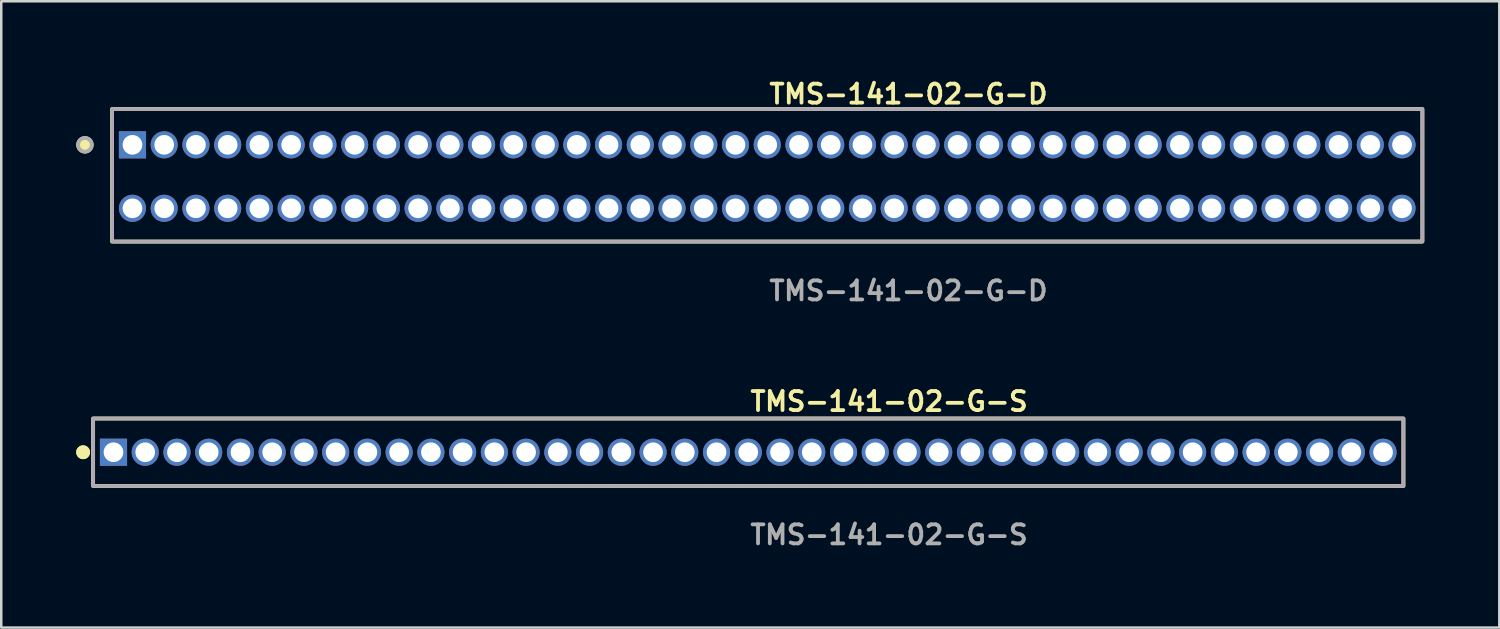
<source format=kicad_pcb>
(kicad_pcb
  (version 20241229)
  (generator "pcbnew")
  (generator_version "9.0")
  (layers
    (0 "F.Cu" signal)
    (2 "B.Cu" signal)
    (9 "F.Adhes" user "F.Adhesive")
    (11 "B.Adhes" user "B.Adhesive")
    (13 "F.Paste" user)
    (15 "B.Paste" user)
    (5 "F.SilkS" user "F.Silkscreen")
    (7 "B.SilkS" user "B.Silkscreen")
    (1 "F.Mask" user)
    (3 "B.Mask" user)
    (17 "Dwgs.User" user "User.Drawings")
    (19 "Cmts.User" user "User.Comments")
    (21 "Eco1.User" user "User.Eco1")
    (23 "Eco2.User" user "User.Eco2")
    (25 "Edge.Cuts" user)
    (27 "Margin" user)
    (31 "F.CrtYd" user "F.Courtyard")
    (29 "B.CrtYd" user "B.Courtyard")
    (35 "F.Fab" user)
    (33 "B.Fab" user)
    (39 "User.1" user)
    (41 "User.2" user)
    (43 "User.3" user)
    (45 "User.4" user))
  (footprint "TMS-141-02-G-S"
    (layer "F.Cu")
    (at 26.891 15.046)
    (property "Reference" "TMS-141-02-G-S" (at 0 -2.032 0) (unlocked yes) (layer "F.SilkS") (effects (font (size 0.762 0.762) (thickness 0.152)) (justify left)))
    (fp_rect (start -26.215 1.35) (end 26.215 -1.35) (stroke (width 0.152) (type solid)) (fill no) (layer "F.SilkS"))
    (fp_circle (center -26.615 0) (end -26.815 0) (stroke (width 0.152) (type solid)) (fill yes) (layer "F.SilkS"))
    (fp_circle (center -26.615 0) (end -26.815 0) (stroke (width 0.152) (type solid)) (fill yes) (layer "F.SilkS"))
    (fp_rect (start -26.215 1.35) (end 26.215 -1.35) (stroke (width 0.006) (type solid)) (fill no) (layer "F.CrtYd"))
    (fp_rect (start -26.215 1.35) (end 26.215 -1.35) (stroke (width 0.152) (type solid)) (fill no) (layer "F.Fab"))
    (fp_text user "${REFERENCE}" (at 0 3.302 0) (unlocked yes) (layer "F.Fab") (effects (font (size 0.762 0.762) (thickness 0.152)) (justify left)))
    (pad "1" thru_hole rect (at -25.4 0) (size 1.087 1.087) (drill 0.787) (layers "*.Cu" "*.Mask"))
    (pad "2" thru_hole circle (at -24.13 0) (size 1.087 1.087) (drill 0.787) (layers "*.Cu" "*.Mask"))
    (pad "3" thru_hole circle (at -22.86 0) (size 1.087 1.087) (drill 0.787) (layers "*.Cu" "*.Mask"))
    (pad "4" thru_hole circle (at -21.59 0) (size 1.087 1.087) (drill 0.787) (layers "*.Cu" "*.Mask"))
    (pad "5" thru_hole circle (at -20.32 0) (size 1.087 1.087) (drill 0.787) (layers "*.Cu" "*.Mask"))
    (pad "6" thru_hole circle (at -19.05 0) (size 1.087 1.087) (drill 0.787) (layers "*.Cu" "*.Mask"))
    (pad "7" thru_hole circle (at -17.78 0) (size 1.087 1.087) (drill 0.787) (layers "*.Cu" "*.Mask"))
    (pad "8" thru_hole circle (at -16.51 0) (size 1.087 1.087) (drill 0.787) (layers "*.Cu" "*.Mask"))
    (pad "9" thru_hole circle (at -15.24 0) (size 1.087 1.087) (drill 0.787) (layers "*.Cu" "*.Mask"))
    (pad "10" thru_hole circle (at -13.97 0) (size 1.087 1.087) (drill 0.787) (layers "*.Cu" "*.Mask"))
    (pad "11" thru_hole circle (at -12.7 0) (size 1.087 1.087) (drill 0.787) (layers "*.Cu" "*.Mask"))
    (pad "12" thru_hole circle (at -11.43 0) (size 1.087 1.087) (drill 0.787) (layers "*.Cu" "*.Mask"))
    (pad "13" thru_hole circle (at -10.16 0) (size 1.087 1.087) (drill 0.787) (layers "*.Cu" "*.Mask"))
    (pad "14" thru_hole circle (at -8.89 0) (size 1.087 1.087) (drill 0.787) (layers "*.Cu" "*.Mask"))
    (pad "15" thru_hole circle (at -7.62 0) (size 1.087 1.087) (drill 0.787) (layers "*.Cu" "*.Mask"))
    (pad "16" thru_hole circle (at -6.35 0) (size 1.087 1.087) (drill 0.787) (layers "*.Cu" "*.Mask"))
    (pad "17" thru_hole circle (at -5.08 0) (size 1.087 1.087) (drill 0.787) (layers "*.Cu" "*.Mask"))
    (pad "18" thru_hole circle (at -3.81 0) (size 1.087 1.087) (drill 0.787) (layers "*.Cu" "*.Mask"))
    (pad "19" thru_hole circle (at -2.54 0) (size 1.087 1.087) (drill 0.787) (layers "*.Cu" "*.Mask"))
    (pad "20" thru_hole circle (at -1.27 0) (size 1.087 1.087) (drill 0.787) (layers "*.Cu" "*.Mask"))
    (pad "21" thru_hole circle (at 0 0) (size 1.087 1.087) (drill 0.787) (layers "*.Cu" "*.Mask"))
    (pad "22" thru_hole circle (at 1.27 0) (size 1.087 1.087) (drill 0.787) (layers "*.Cu" "*.Mask"))
    (pad "23" thru_hole circle (at 2.54 0) (size 1.087 1.087) (drill 0.787) (layers "*.Cu" "*.Mask"))
    (pad "24" thru_hole circle (at 3.81 0) (size 1.087 1.087) (drill 0.787) (layers "*.Cu" "*.Mask"))
    (pad "25" thru_hole circle (at 5.08 0) (size 1.087 1.087) (drill 0.787) (layers "*.Cu" "*.Mask"))
    (pad "26" thru_hole circle (at 6.35 0) (size 1.087 1.087) (drill 0.787) (layers "*.Cu" "*.Mask"))
    (pad "27" thru_hole circle (at 7.62 0) (size 1.087 1.087) (drill 0.787) (layers "*.Cu" "*.Mask"))
    (pad "28" thru_hole circle (at 8.89 0) (size 1.087 1.087) (drill 0.787) (layers "*.Cu" "*.Mask"))
    (pad "29" thru_hole circle (at 10.16 0) (size 1.087 1.087) (drill 0.787) (layers "*.Cu" "*.Mask"))
    (pad "30" thru_hole circle (at 11.43 0) (size 1.087 1.087) (drill 0.787) (layers "*.Cu" "*.Mask"))
    (pad "31" thru_hole circle (at 12.7 0) (size 1.087 1.087) (drill 0.787) (layers "*.Cu" "*.Mask"))
    (pad "32" thru_hole circle (at 13.97 0) (size 1.087 1.087) (drill 0.787) (layers "*.Cu" "*.Mask"))
    (pad "33" thru_hole circle (at 15.24 0) (size 1.087 1.087) (drill 0.787) (layers "*.Cu" "*.Mask"))
    (pad "34" thru_hole circle (at 16.51 0) (size 1.087 1.087) (drill 0.787) (layers "*.Cu" "*.Mask"))
    (pad "35" thru_hole circle (at 17.78 0) (size 1.087 1.087) (drill 0.787) (layers "*.Cu" "*.Mask"))
    (pad "36" thru_hole circle (at 19.05 0) (size 1.087 1.087) (drill 0.787) (layers "*.Cu" "*.Mask"))
    (pad "37" thru_hole circle (at 20.32 0) (size 1.087 1.087) (drill 0.787) (layers "*.Cu" "*.Mask"))
    (pad "38" thru_hole circle (at 21.59 0) (size 1.087 1.087) (drill 0.787) (layers "*.Cu" "*.Mask"))
    (pad "39" thru_hole circle (at 22.86 0) (size 1.087 1.087) (drill 0.787) (layers "*.Cu" "*.Mask"))
    (pad "40" thru_hole circle (at 24.13 0) (size 1.087 1.087) (drill 0.787) (layers "*.Cu" "*.Mask"))
    (pad "41" thru_hole circle (at 25.4 0) (size 1.087 1.087) (drill 0.787) (layers "*.Cu" "*.Mask")))
  (footprint "TMS-141-02-G-D"
    (layer "F.Cu")
    (at 27.65 4.015)
    (property "Reference" "TMS-141-02-G-D" (at 0 -3.302 0) (unlocked yes) (layer "F.SilkS") (effects (font (size 0.762 0.762) (thickness 0.152)) (justify left)))
    (fp_rect (start -26.215 2.6) (end 26.215 -2.7) (stroke (width 0.152) (type solid)) (fill no) (layer "F.SilkS"))
    (fp_circle (center -27.302 -1.27) (end -27.574 -1.27) (stroke (width 0.152) (type solid)) (fill yes) (layer "F.SilkS"))
    (fp_rect (start -26.215 2.6) (end 26.215 -2.7) (stroke (width 0.006) (type solid)) (fill no) (layer "F.CrtYd"))
    (fp_rect (start -26.215 2.6) (end 26.215 -2.7) (stroke (width 0.152) (type solid)) (fill no) (layer "F.Fab"))
    (fp_circle (center -27.302 -1.27) (end -27.574 -1.27) (stroke (width 0.152) (type solid)) (fill no) (layer "F.Fab"))
    (fp_text user "${REFERENCE}" (at 0 4.572 0) (unlocked yes) (layer "F.Fab") (effects (font (size 0.762 0.762) (thickness 0.152)) (justify left)))
    (pad "1" thru_hole rect (at -25.4 -1.27) (size 1.087 1.087) (drill 0.787) (layers "*.Cu" "*.Mask"))
    (pad "2" thru_hole circle (at -25.4 1.27) (size 1.087 1.087) (drill 0.787) (layers "*.Cu" "*.Mask"))
    (pad "3" thru_hole circle (at -24.13 -1.27) (size 1.087 1.087) (drill 0.787) (layers "*.Cu" "*.Mask"))
    (pad "4" thru_hole circle (at -24.13 1.27) (size 1.087 1.087) (drill 0.787) (layers "*.Cu" "*.Mask"))
    (pad "5" thru_hole circle (at -22.86 -1.27) (size 1.087 1.087) (drill 0.787) (layers "*.Cu" "*.Mask"))
    (pad "6" thru_hole circle (at -22.86 1.27) (size 1.087 1.087) (drill 0.787) (layers "*.Cu" "*.Mask"))
    (pad "7" thru_hole circle (at -21.59 -1.27) (size 1.087 1.087) (drill 0.787) (layers "*.Cu" "*.Mask"))
    (pad "8" thru_hole circle (at -21.59 1.27) (size 1.087 1.087) (drill 0.787) (layers "*.Cu" "*.Mask"))
    (pad "9" thru_hole circle (at -20.32 -1.27) (size 1.087 1.087) (drill 0.787) (layers "*.Cu" "*.Mask"))
    (pad "10" thru_hole circle (at -20.32 1.27) (size 1.087 1.087) (drill 0.787) (layers "*.Cu" "*.Mask"))
    (pad "11" thru_hole circle (at -19.05 -1.27) (size 1.087 1.087) (drill 0.787) (layers "*.Cu" "*.Mask"))
    (pad "12" thru_hole circle (at -19.05 1.27) (size 1.087 1.087) (drill 0.787) (layers "*.Cu" "*.Mask"))
    (pad "13" thru_hole circle (at -17.78 -1.27) (size 1.087 1.087) (drill 0.787) (layers "*.Cu" "*.Mask"))
    (pad "14" thru_hole circle (at -17.78 1.27) (size 1.087 1.087) (drill 0.787) (layers "*.Cu" "*.Mask"))
    (pad "15" thru_hole circle (at -16.51 -1.27) (size 1.087 1.087) (drill 0.787) (layers "*.Cu" "*.Mask"))
    (pad "16" thru_hole circle (at -16.51 1.27) (size 1.087 1.087) (drill 0.787) (layers "*.Cu" "*.Mask"))
    (pad "17" thru_hole circle (at -15.24 -1.27) (size 1.087 1.087) (drill 0.787) (layers "*.Cu" "*.Mask"))
    (pad "18" thru_hole circle (at -15.24 1.27) (size 1.087 1.087) (drill 0.787) (layers "*.Cu" "*.Mask"))
    (pad "19" thru_hole circle (at -13.97 -1.27) (size 1.087 1.087) (drill 0.787) (layers "*.Cu" "*.Mask"))
    (pad "20" thru_hole circle (at -13.97 1.27) (size 1.087 1.087) (drill 0.787) (layers "*.Cu" "*.Mask"))
    (pad "21" thru_hole circle (at -12.7 -1.27) (size 1.087 1.087) (drill 0.787) (layers "*.Cu" "*.Mask"))
    (pad "22" thru_hole circle (at -12.7 1.27) (size 1.087 1.087) (drill 0.787) (layers "*.Cu" "*.Mask"))
    (pad "23" thru_hole circle (at -11.43 -1.27) (size 1.087 1.087) (drill 0.787) (layers "*.Cu" "*.Mask"))
    (pad "24" thru_hole circle (at -11.43 1.27) (size 1.087 1.087) (drill 0.787) (layers "*.Cu" "*.Mask"))
    (pad "25" thru_hole circle (at -10.16 -1.27) (size 1.087 1.087) (drill 0.787) (layers "*.Cu" "*.Mask"))
    (pad "26" thru_hole circle (at -10.16 1.27) (size 1.087 1.087) (drill 0.787) (layers "*.Cu" "*.Mask"))
    (pad "27" thru_hole circle (at -8.89 -1.27) (size 1.087 1.087) (drill 0.787) (layers "*.Cu" "*.Mask"))
    (pad "28" thru_hole circle (at -8.89 1.27) (size 1.087 1.087) (drill 0.787) (layers "*.Cu" "*.Mask"))
    (pad "29" thru_hole circle (at -7.62 -1.27) (size 1.087 1.087) (drill 0.787) (layers "*.Cu" "*.Mask"))
    (pad "30" thru_hole circle (at -7.62 1.27) (size 1.087 1.087) (drill 0.787) (layers "*.Cu" "*.Mask"))
    (pad "31" thru_hole circle (at -6.35 -1.27) (size 1.087 1.087) (drill 0.787) (layers "*.Cu" "*.Mask"))
    (pad "32" thru_hole circle (at -6.35 1.27) (size 1.087 1.087) (drill 0.787) (layers "*.Cu" "*.Mask"))
    (pad "33" thru_hole circle (at -5.08 -1.27) (size 1.087 1.087) (drill 0.787) (layers "*.Cu" "*.Mask"))
    (pad "34" thru_hole circle (at -5.08 1.27) (size 1.087 1.087) (drill 0.787) (layers "*.Cu" "*.Mask"))
    (pad "35" thru_hole circle (at -3.81 -1.27) (size 1.087 1.087) (drill 0.787) (layers "*.Cu" "*.Mask"))
    (pad "36" thru_hole circle (at -3.81 1.27) (size 1.087 1.087) (drill 0.787) (layers "*.Cu" "*.Mask"))
    (pad "37" thru_hole circle (at -2.54 -1.27) (size 1.087 1.087) (drill 0.787) (layers "*.Cu" "*.Mask"))
    (pad "38" thru_hole circle (at -2.54 1.27) (size 1.087 1.087) (drill 0.787) (layers "*.Cu" "*.Mask"))
    (pad "39" thru_hole circle (at -1.27 -1.27) (size 1.087 1.087) (drill 0.787) (layers "*.Cu" "*.Mask"))
    (pad "40" thru_hole circle (at -1.27 1.27) (size 1.087 1.087) (drill 0.787) (layers "*.Cu" "*.Mask"))
    (pad "41" thru_hole circle (at 0 -1.27) (size 1.087 1.087) (drill 0.787) (layers "*.Cu" "*.Mask"))
    (pad "42" thru_hole circle (at 0 1.27) (size 1.087 1.087) (drill 0.787) (layers "*.Cu" "*.Mask"))
    (pad "43" thru_hole circle (at 1.27 -1.27) (size 1.087 1.087) (drill 0.787) (layers "*.Cu" "*.Mask"))
    (pad "44" thru_hole circle (at 1.27 1.27) (size 1.087 1.087) (drill 0.787) (layers "*.Cu" "*.Mask"))
    (pad "45" thru_hole circle (at 2.54 -1.27) (size 1.087 1.087) (drill 0.787) (layers "*.Cu" "*.Mask"))
    (pad "46" thru_hole circle (at 2.54 1.27) (size 1.087 1.087) (drill 0.787) (layers "*.Cu" "*.Mask"))
    (pad "47" thru_hole circle (at 3.81 -1.27) (size 1.087 1.087) (drill 0.787) (layers "*.Cu" "*.Mask"))
    (pad "48" thru_hole circle (at 3.81 1.27) (size 1.087 1.087) (drill 0.787) (layers "*.Cu" "*.Mask"))
    (pad "49" thru_hole circle (at 5.08 -1.27) (size 1.087 1.087) (drill 0.787) (layers "*.Cu" "*.Mask"))
    (pad "50" thru_hole circle (at 5.08 1.27) (size 1.087 1.087) (drill 0.787) (layers "*.Cu" "*.Mask"))
    (pad "51" thru_hole circle (at 6.35 -1.27) (size 1.087 1.087) (drill 0.787) (layers "*.Cu" "*.Mask"))
    (pad "52" thru_hole circle (at 6.35 1.27) (size 1.087 1.087) (drill 0.787) (layers "*.Cu" "*.Mask"))
    (pad "53" thru_hole circle (at 7.62 -1.27) (size 1.087 1.087) (drill 0.787) (layers "*.Cu" "*.Mask"))
    (pad "54" thru_hole circle (at 7.62 1.27) (size 1.087 1.087) (drill 0.787) (layers "*.Cu" "*.Mask"))
    (pad "55" thru_hole circle (at 8.89 -1.27) (size 1.087 1.087) (drill 0.787) (layers "*.Cu" "*.Mask"))
    (pad "56" thru_hole circle (at 8.89 1.27) (size 1.087 1.087) (drill 0.787) (layers "*.Cu" "*.Mask"))
    (pad "57" thru_hole circle (at 10.16 -1.27) (size 1.087 1.087) (drill 0.787) (layers "*.Cu" "*.Mask"))
    (pad "58" thru_hole circle (at 10.16 1.27) (size 1.087 1.087) (drill 0.787) (layers "*.Cu" "*.Mask"))
    (pad "59" thru_hole circle (at 11.43 -1.27) (size 1.087 1.087) (drill 0.787) (layers "*.Cu" "*.Mask"))
    (pad "60" thru_hole circle (at 11.43 1.27) (size 1.087 1.087) (drill 0.787) (layers "*.Cu" "*.Mask"))
    (pad "61" thru_hole circle (at 12.7 -1.27) (size 1.087 1.087) (drill 0.787) (layers "*.Cu" "*.Mask"))
    (pad "62" thru_hole circle (at 12.7 1.27) (size 1.087 1.087) (drill 0.787) (layers "*.Cu" "*.Mask"))
    (pad "63" thru_hole circle (at 13.97 -1.27) (size 1.087 1.087) (drill 0.787) (layers "*.Cu" "*.Mask"))
    (pad "64" thru_hole circle (at 13.97 1.27) (size 1.087 1.087) (drill 0.787) (layers "*.Cu" "*.Mask"))
    (pad "65" thru_hole circle (at 15.24 -1.27) (size 1.087 1.087) (drill 0.787) (layers "*.Cu" "*.Mask"))
    (pad "66" thru_hole circle (at 15.24 1.27) (size 1.087 1.087) (drill 0.787) (layers "*.Cu" "*.Mask"))
    (pad "67" thru_hole circle (at 16.51 -1.27) (size 1.087 1.087) (drill 0.787) (layers "*.Cu" "*.Mask"))
    (pad "68" thru_hole circle (at 16.51 1.27) (size 1.087 1.087) (drill 0.787) (layers "*.Cu" "*.Mask"))
    (pad "69" thru_hole circle (at 17.78 -1.27) (size 1.087 1.087) (drill 0.787) (layers "*.Cu" "*.Mask"))
    (pad "70" thru_hole circle (at 17.78 1.27) (size 1.087 1.087) (drill 0.787) (layers "*.Cu" "*.Mask"))
    (pad "71" thru_hole circle (at 19.05 -1.27) (size 1.087 1.087) (drill 0.787) (layers "*.Cu" "*.Mask"))
    (pad "72" thru_hole circle (at 19.05 1.27) (size 1.087 1.087) (drill 0.787) (layers "*.Cu" "*.Mask"))
    (pad "73" thru_hole circle (at 20.32 -1.27) (size 1.087 1.087) (drill 0.787) (layers "*.Cu" "*.Mask"))
    (pad "74" thru_hole circle (at 20.32 1.27) (size 1.087 1.087) (drill 0.787) (layers "*.Cu" "*.Mask"))
    (pad "75" thru_hole circle (at 21.59 -1.27) (size 1.087 1.087) (drill 0.787) (layers "*.Cu" "*.Mask"))
    (pad "76" thru_hole circle (at 21.59 1.27) (size 1.087 1.087) (drill 0.787) (layers "*.Cu" "*.Mask"))
    (pad "77" thru_hole circle (at 22.86 -1.27) (size 1.087 1.087) (drill 0.787) (layers "*.Cu" "*.Mask"))
    (pad "78" thru_hole circle (at 22.86 1.27) (size 1.087 1.087) (drill 0.787) (layers "*.Cu" "*.Mask"))
    (pad "79" thru_hole circle (at 24.13 -1.27) (size 1.087 1.087) (drill 0.787) (layers "*.Cu" "*.Mask"))
    (pad "80" thru_hole circle (at 24.13 1.27) (size 1.087 1.087) (drill 0.787) (layers "*.Cu" "*.Mask"))
    (pad "81" thru_hole circle (at 25.4 -1.27) (size 1.087 1.087) (drill 0.787) (layers "*.Cu" "*.Mask"))
    (pad "82" thru_hole circle (at 25.4 1.27) (size 1.087 1.087) (drill 0.787) (layers "*.Cu" "*.Mask")))
  (gr_rect
    (start -3 -3)
    (end 56.942 22.061)
    (stroke (width 0.1) (type default))
    (fill no)
    (layer "Edge.Cuts")))
</source>
